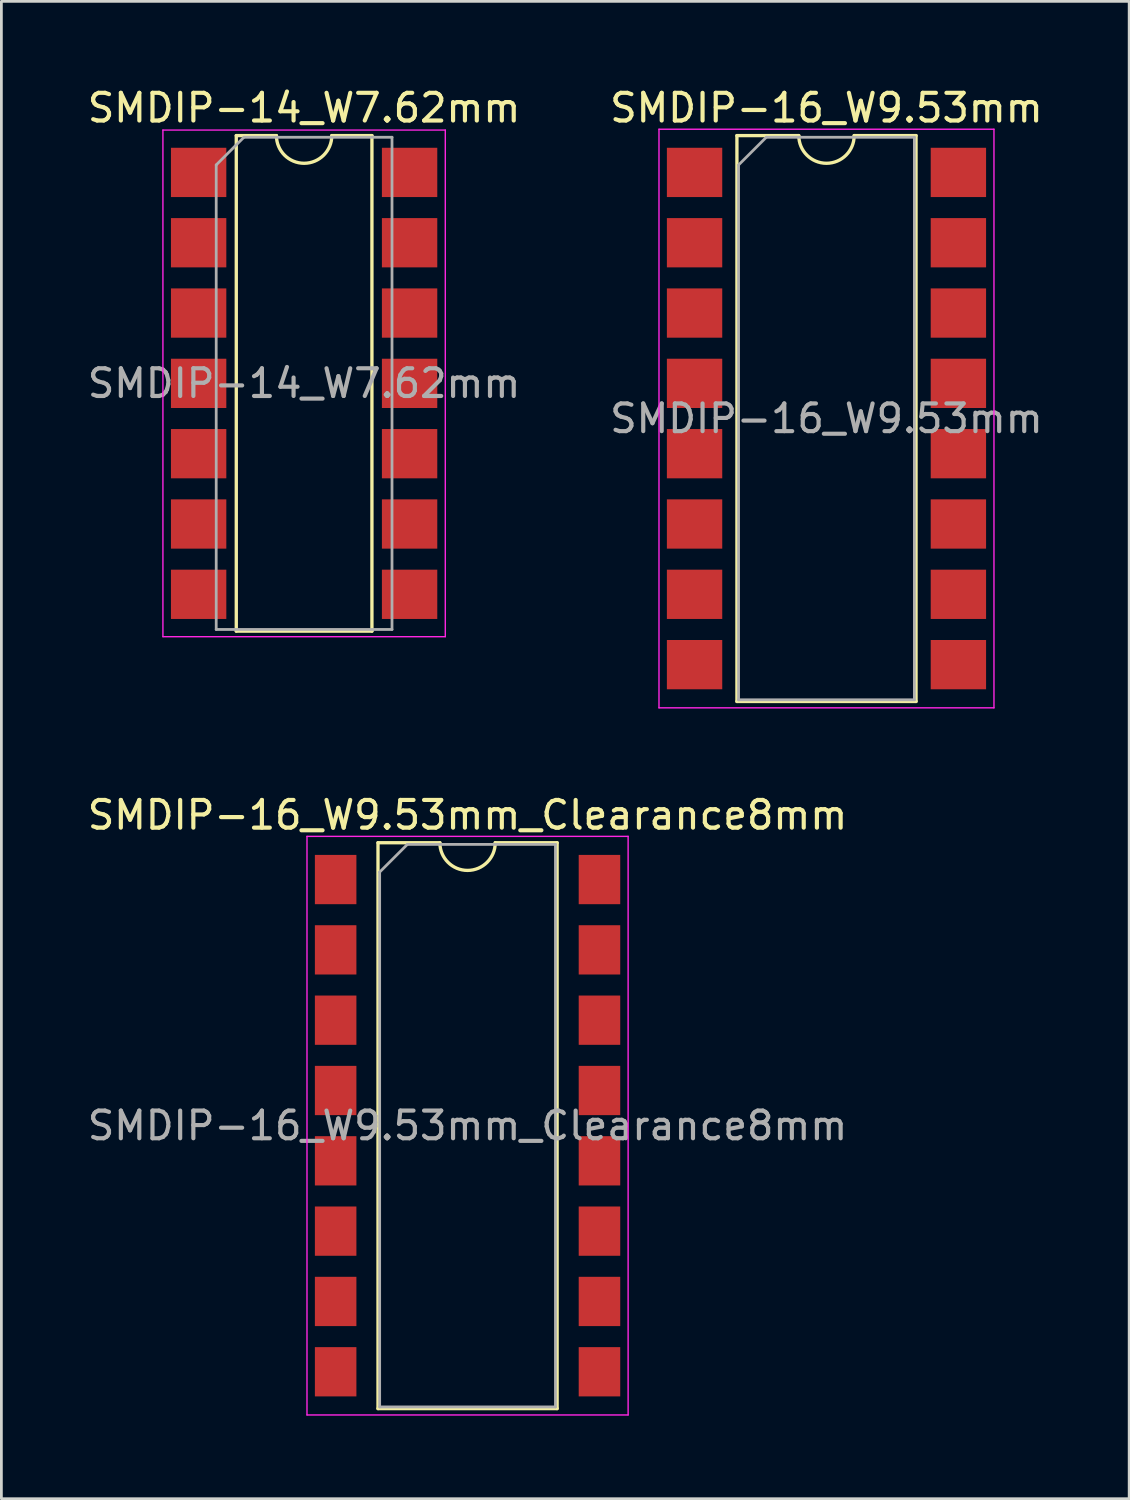
<source format=kicad_pcb>
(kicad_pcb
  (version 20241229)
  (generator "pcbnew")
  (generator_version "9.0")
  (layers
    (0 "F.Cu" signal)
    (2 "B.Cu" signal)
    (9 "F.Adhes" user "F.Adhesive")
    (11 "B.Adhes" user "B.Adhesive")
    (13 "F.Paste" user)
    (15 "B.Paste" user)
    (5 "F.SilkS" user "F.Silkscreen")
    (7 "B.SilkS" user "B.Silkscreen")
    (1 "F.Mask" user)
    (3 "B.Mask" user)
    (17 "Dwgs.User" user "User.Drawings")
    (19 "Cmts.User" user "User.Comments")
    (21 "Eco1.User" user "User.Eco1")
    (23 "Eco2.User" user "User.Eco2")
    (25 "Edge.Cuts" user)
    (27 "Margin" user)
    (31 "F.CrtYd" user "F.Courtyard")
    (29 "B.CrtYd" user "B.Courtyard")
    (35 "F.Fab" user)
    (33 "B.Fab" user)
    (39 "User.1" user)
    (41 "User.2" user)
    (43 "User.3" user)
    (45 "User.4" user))
  (footprint "SMDIP-14_W7.62mm"
    (layer "F.Cu")
    (at 7.935 10.798)
    (property "Reference" "SMDIP-14_W7.62mm" (at 0 -9.95 0) (layer "F.SilkS") (effects (font (size 1 1) (thickness 0.15))))
    (attr smd)
    (fp_line (start -2.45 -8.95) (end -2.45 8.95) (stroke (width 0.12) (type solid)) (layer "F.SilkS"))
    (fp_line (start -2.45 8.95) (end 2.45 8.95) (stroke (width 0.12) (type solid)) (layer "F.SilkS"))
    (fp_line (start -1 -8.95) (end -2.45 -8.95) (stroke (width 0.12) (type solid)) (layer "F.SilkS"))
    (fp_line (start 2.45 -8.95) (end 1 -8.95) (stroke (width 0.12) (type solid)) (layer "F.SilkS"))
    (fp_line (start 2.45 8.95) (end 2.45 -8.95) (stroke (width 0.12) (type solid)) (layer "F.SilkS"))
    (fp_arc (start 1 -8.95) (mid 0 -7.95) (end -1 -8.95) (stroke (width 0.12) (type solid)) (layer "F.SilkS"))
    (fp_line (start -5.1 -9.15) (end -5.1 9.15) (stroke (width 0.05) (type solid)) (layer "F.CrtYd"))
    (fp_line (start -5.1 9.15) (end 5.1 9.15) (stroke (width 0.05) (type solid)) (layer "F.CrtYd"))
    (fp_line (start 5.1 -9.15) (end -5.1 -9.15) (stroke (width 0.05) (type solid)) (layer "F.CrtYd"))
    (fp_line (start 5.1 9.15) (end 5.1 -9.15) (stroke (width 0.05) (type solid)) (layer "F.CrtYd"))
    (fp_line (start -3.175 -7.89) (end -2.175 -8.89) (stroke (width 0.1) (type solid)) (layer "F.Fab"))
    (fp_line (start -3.175 8.89) (end -3.175 -7.89) (stroke (width 0.1) (type solid)) (layer "F.Fab"))
    (fp_line (start -2.175 -8.89) (end 3.175 -8.89) (stroke (width 0.1) (type solid)) (layer "F.Fab"))
    (fp_line (start 3.175 -8.89) (end 3.175 8.89) (stroke (width 0.1) (type solid)) (layer "F.Fab"))
    (fp_line (start 3.175 8.89) (end -3.175 8.89) (stroke (width 0.1) (type solid)) (layer "F.Fab"))
    (fp_text user "${REFERENCE}" (at 0 0 0) (layer "F.Fab") (effects (font (size 1 1) (thickness 0.15))))
    (pad "1" smd rect (at -3.81 -7.62) (size 2 1.78) (layers "F.Cu" "F.Mask" "F.Paste"))
    (pad "2" smd rect (at -3.81 -5.08) (size 2 1.78) (layers "F.Cu" "F.Mask" "F.Paste"))
    (pad "3" smd rect (at -3.81 -2.54) (size 2 1.78) (layers "F.Cu" "F.Mask" "F.Paste"))
    (pad "4" smd rect (at -3.81 0) (size 2 1.78) (layers "F.Cu" "F.Mask" "F.Paste"))
    (pad "5" smd rect (at -3.81 2.54) (size 2 1.78) (layers "F.Cu" "F.Mask" "F.Paste"))
    (pad "6" smd rect (at -3.81 5.08) (size 2 1.78) (layers "F.Cu" "F.Mask" "F.Paste"))
    (pad "7" smd rect (at -3.81 7.62) (size 2 1.78) (layers "F.Cu" "F.Mask" "F.Paste"))
    (pad "8" smd rect (at 3.81 7.62) (size 2 1.78) (layers "F.Cu" "F.Mask" "F.Paste"))
    (pad "9" smd rect (at 3.81 5.08) (size 2 1.78) (layers "F.Cu" "F.Mask" "F.Paste"))
    (pad "10" smd rect (at 3.81 2.54) (size 2 1.78) (layers "F.Cu" "F.Mask" "F.Paste"))
    (pad "11" smd rect (at 3.81 0) (size 2 1.78) (layers "F.Cu" "F.Mask" "F.Paste"))
    (pad "12" smd rect (at 3.81 -2.54) (size 2 1.78) (layers "F.Cu" "F.Mask" "F.Paste"))
    (pad "13" smd rect (at 3.81 -5.08) (size 2 1.78) (layers "F.Cu" "F.Mask" "F.Paste"))
    (pad "14" smd rect (at 3.81 -7.62) (size 2 1.78) (layers "F.Cu" "F.Mask" "F.Paste")))
  (footprint "SMDIP-16_W9.53mm"
    (layer "F.Cu")
    (at 26.804 12.068)
    (property "Reference" "SMDIP-16_W9.53mm" (at 0 -11.22 0) (layer "F.SilkS") (effects (font (size 1 1) (thickness 0.15))))
    (attr smd)
    (fp_line (start -3.235 -10.22) (end -3.235 10.22) (stroke (width 0.12) (type solid)) (layer "F.SilkS"))
    (fp_line (start -3.235 10.22) (end 3.235 10.22) (stroke (width 0.12) (type solid)) (layer "F.SilkS"))
    (fp_line (start -1 -10.22) (end -3.235 -10.22) (stroke (width 0.12) (type solid)) (layer "F.SilkS"))
    (fp_line (start 3.235 -10.22) (end 1 -10.22) (stroke (width 0.12) (type solid)) (layer "F.SilkS"))
    (fp_line (start 3.235 10.22) (end 3.235 -10.22) (stroke (width 0.12) (type solid)) (layer "F.SilkS"))
    (fp_arc (start 1 -10.22) (mid 0 -9.22) (end -1 -10.22) (stroke (width 0.12) (type solid)) (layer "F.SilkS"))
    (fp_line (start -6.05 -10.45) (end -6.05 10.45) (stroke (width 0.05) (type solid)) (layer "F.CrtYd"))
    (fp_line (start -6.05 10.45) (end 6.05 10.45) (stroke (width 0.05) (type solid)) (layer "F.CrtYd"))
    (fp_line (start 6.05 -10.45) (end -6.05 -10.45) (stroke (width 0.05) (type solid)) (layer "F.CrtYd"))
    (fp_line (start 6.05 10.45) (end 6.05 -10.45) (stroke (width 0.05) (type solid)) (layer "F.CrtYd"))
    (fp_line (start -3.175 -9.16) (end -2.175 -10.16) (stroke (width 0.1) (type solid)) (layer "F.Fab"))
    (fp_line (start -3.175 10.16) (end -3.175 -9.16) (stroke (width 0.1) (type solid)) (layer "F.Fab"))
    (fp_line (start -2.175 -10.16) (end 3.175 -10.16) (stroke (width 0.1) (type solid)) (layer "F.Fab"))
    (fp_line (start 3.175 -10.16) (end 3.175 10.16) (stroke (width 0.1) (type solid)) (layer "F.Fab"))
    (fp_line (start 3.175 10.16) (end -3.175 10.16) (stroke (width 0.1) (type solid)) (layer "F.Fab"))
    (fp_text user "${REFERENCE}" (at 0 0 0) (layer "F.Fab") (effects (font (size 1 1) (thickness 0.15))))
    (pad "1" smd rect (at -4.765 -8.89) (size 2 1.78) (layers "F.Cu" "F.Mask" "F.Paste"))
    (pad "2" smd rect (at -4.765 -6.35) (size 2 1.78) (layers "F.Cu" "F.Mask" "F.Paste"))
    (pad "3" smd rect (at -4.765 -3.81) (size 2 1.78) (layers "F.Cu" "F.Mask" "F.Paste"))
    (pad "4" smd rect (at -4.765 -1.27) (size 2 1.78) (layers "F.Cu" "F.Mask" "F.Paste"))
    (pad "5" smd rect (at -4.765 1.27) (size 2 1.78) (layers "F.Cu" "F.Mask" "F.Paste"))
    (pad "6" smd rect (at -4.765 3.81) (size 2 1.78) (layers "F.Cu" "F.Mask" "F.Paste"))
    (pad "7" smd rect (at -4.765 6.35) (size 2 1.78) (layers "F.Cu" "F.Mask" "F.Paste"))
    (pad "8" smd rect (at -4.765 8.89) (size 2 1.78) (layers "F.Cu" "F.Mask" "F.Paste"))
    (pad "9" smd rect (at 4.765 8.89) (size 2 1.78) (layers "F.Cu" "F.Mask" "F.Paste"))
    (pad "10" smd rect (at 4.765 6.35) (size 2 1.78) (layers "F.Cu" "F.Mask" "F.Paste"))
    (pad "11" smd rect (at 4.765 3.81) (size 2 1.78) (layers "F.Cu" "F.Mask" "F.Paste"))
    (pad "12" smd rect (at 4.765 1.27) (size 2 1.78) (layers "F.Cu" "F.Mask" "F.Paste"))
    (pad "13" smd rect (at 4.765 -1.27) (size 2 1.78) (layers "F.Cu" "F.Mask" "F.Paste"))
    (pad "14" smd rect (at 4.765 -3.81) (size 2 1.78) (layers "F.Cu" "F.Mask" "F.Paste"))
    (pad "15" smd rect (at 4.765 -6.35) (size 2 1.78) (layers "F.Cu" "F.Mask" "F.Paste"))
    (pad "16" smd rect (at 4.765 -8.89) (size 2 1.78) (layers "F.Cu" "F.Mask" "F.Paste")))
  (footprint "SMDIP-16_W9.53mm_Clearance8mm"
    (layer "F.Cu")
    (at 13.839 37.611)
    (property "Reference" "SMDIP-16_W9.53mm_Clearance8mm" (at 0 -11.22 0) (layer "F.SilkS") (effects (font (size 1 1) (thickness 0.15))))
    (attr smd)
    (fp_line (start -3.235 -10.22) (end -3.235 10.22) (stroke (width 0.12) (type solid)) (layer "F.SilkS"))
    (fp_line (start -3.235 10.22) (end 3.235 10.22) (stroke (width 0.12) (type solid)) (layer "F.SilkS"))
    (fp_line (start -1 -10.22) (end -3.235 -10.22) (stroke (width 0.12) (type solid)) (layer "F.SilkS"))
    (fp_line (start 3.235 -10.22) (end 1 -10.22) (stroke (width 0.12) (type solid)) (layer "F.SilkS"))
    (fp_line (start 3.235 10.22) (end 3.235 -10.22) (stroke (width 0.12) (type solid)) (layer "F.SilkS"))
    (fp_arc (start 1 -10.22) (mid 0 -9.22) (end -1 -10.22) (stroke (width 0.12) (type solid)) (layer "F.SilkS"))
    (fp_line (start -5.8 -10.45) (end -5.8 10.45) (stroke (width 0.05) (type solid)) (layer "F.CrtYd"))
    (fp_line (start -5.8 10.45) (end 5.8 10.45) (stroke (width 0.05) (type solid)) (layer "F.CrtYd"))
    (fp_line (start 5.8 -10.45) (end -5.8 -10.45) (stroke (width 0.05) (type solid)) (layer "F.CrtYd"))
    (fp_line (start 5.8 10.45) (end 5.8 -10.45) (stroke (width 0.05) (type solid)) (layer "F.CrtYd"))
    (fp_line (start -3.175 -9.16) (end -2.175 -10.16) (stroke (width 0.1) (type solid)) (layer "F.Fab"))
    (fp_line (start -3.175 10.16) (end -3.175 -9.16) (stroke (width 0.1) (type solid)) (layer "F.Fab"))
    (fp_line (start -2.175 -10.16) (end 3.175 -10.16) (stroke (width 0.1) (type solid)) (layer "F.Fab"))
    (fp_line (start 3.175 -10.16) (end 3.175 10.16) (stroke (width 0.1) (type solid)) (layer "F.Fab"))
    (fp_line (start 3.175 10.16) (end -3.175 10.16) (stroke (width 0.1) (type solid)) (layer "F.Fab"))
    (fp_text user "${REFERENCE}" (at 0 0 0) (layer "F.Fab") (effects (font (size 1 1) (thickness 0.15))))
    (pad "1" smd rect (at -4.765 -8.89) (size 1.5 1.78) (layers "F.Cu" "F.Mask" "F.Paste"))
    (pad "2" smd rect (at -4.765 -6.35) (size 1.5 1.78) (layers "F.Cu" "F.Mask" "F.Paste"))
    (pad "3" smd rect (at -4.765 -3.81) (size 1.5 1.78) (layers "F.Cu" "F.Mask" "F.Paste"))
    (pad "4" smd rect (at -4.765 -1.27) (size 1.5 1.78) (layers "F.Cu" "F.Mask" "F.Paste"))
    (pad "5" smd rect (at -4.765 1.27) (size 1.5 1.78) (layers "F.Cu" "F.Mask" "F.Paste"))
    (pad "6" smd rect (at -4.765 3.81) (size 1.5 1.78) (layers "F.Cu" "F.Mask" "F.Paste"))
    (pad "7" smd rect (at -4.765 6.35) (size 1.5 1.78) (layers "F.Cu" "F.Mask" "F.Paste"))
    (pad "8" smd rect (at -4.765 8.89) (size 1.5 1.78) (layers "F.Cu" "F.Mask" "F.Paste"))
    (pad "9" smd rect (at 4.765 8.89) (size 1.5 1.78) (layers "F.Cu" "F.Mask" "F.Paste"))
    (pad "10" smd rect (at 4.765 6.35) (size 1.5 1.78) (layers "F.Cu" "F.Mask" "F.Paste"))
    (pad "11" smd rect (at 4.765 3.81) (size 1.5 1.78) (layers "F.Cu" "F.Mask" "F.Paste"))
    (pad "12" smd rect (at 4.765 1.27) (size 1.5 1.78) (layers "F.Cu" "F.Mask" "F.Paste"))
    (pad "13" smd rect (at 4.765 -1.27) (size 1.5 1.78) (layers "F.Cu" "F.Mask" "F.Paste"))
    (pad "14" smd rect (at 4.765 -3.81) (size 1.5 1.78) (layers "F.Cu" "F.Mask" "F.Paste"))
    (pad "15" smd rect (at 4.765 -6.35) (size 1.5 1.78) (layers "F.Cu" "F.Mask" "F.Paste"))
    (pad "16" smd rect (at 4.765 -8.89) (size 1.5 1.78) (layers "F.Cu" "F.Mask" "F.Paste")))
  (gr_rect
    (start -3 -3)
    (end 37.738 51.087)
    (stroke (width 0.1) (type default))
    (fill no)
    (layer "Edge.Cuts")))
</source>
